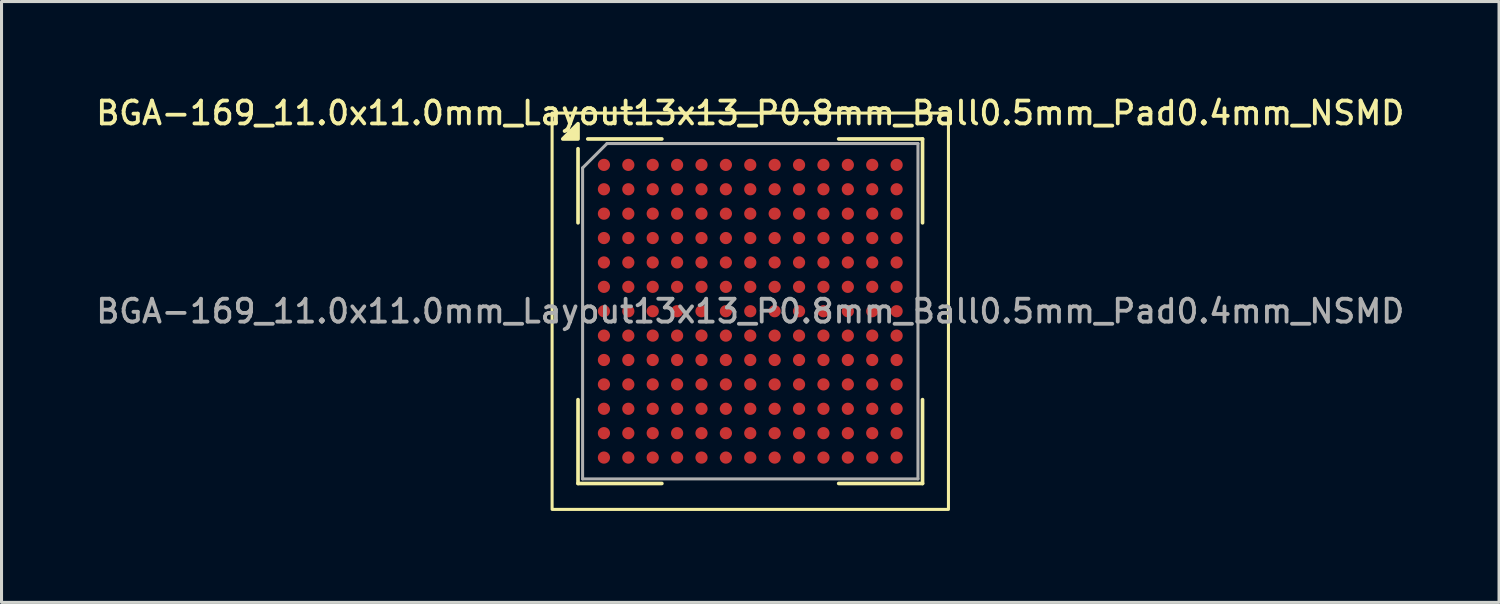
<source format=kicad_pcb>
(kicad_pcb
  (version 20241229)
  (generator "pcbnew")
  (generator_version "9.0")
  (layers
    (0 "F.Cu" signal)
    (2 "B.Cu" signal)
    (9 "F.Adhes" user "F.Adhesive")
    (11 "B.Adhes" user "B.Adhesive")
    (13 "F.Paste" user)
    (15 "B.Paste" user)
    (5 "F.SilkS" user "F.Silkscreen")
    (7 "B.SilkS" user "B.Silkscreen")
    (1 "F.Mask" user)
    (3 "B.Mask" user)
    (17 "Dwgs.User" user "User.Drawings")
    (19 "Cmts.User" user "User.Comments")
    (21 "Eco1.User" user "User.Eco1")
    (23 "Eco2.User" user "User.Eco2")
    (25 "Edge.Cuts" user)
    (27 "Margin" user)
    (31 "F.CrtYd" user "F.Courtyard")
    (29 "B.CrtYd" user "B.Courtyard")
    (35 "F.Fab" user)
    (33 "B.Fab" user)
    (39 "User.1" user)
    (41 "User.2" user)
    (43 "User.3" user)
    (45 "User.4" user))
  (footprint "BGA-169_11.0x11.0mm_Layout13x13_P0.8mm_Ball0.5mm_Pad0.4mm_NSMD"
    (layer "F.Cu")
    (at 21.559 7.158)
    (property "Reference" "BGA-169_11.0x11.0mm_Layout13x13_P0.8mm_Ball0.5mm_Pad0.4mm_NSMD" (at 0 -6.5 0) (layer "F.SilkS") (effects (font (size 0.75 0.75) (thickness 0.125))))
    (attr smd)
    (fp_line (start -5.65 -5.33) (end -5.65 -2.9) (stroke (width 0.12) (type solid)) (layer "F.SilkS"))
    (fp_line (start -5.65 5.65) (end -5.65 2.9) (stroke (width 0.12) (type solid)) (layer "F.SilkS"))
    (fp_line (start -2.9 -5.65) (end -5.33 -5.65) (stroke (width 0.12) (type solid)) (layer "F.SilkS"))
    (fp_line (start -2.9 5.65) (end -5.65 5.65) (stroke (width 0.12) (type solid)) (layer "F.SilkS"))
    (fp_line (start 2.9 -5.65) (end 5.65 -5.65) (stroke (width 0.12) (type solid)) (layer "F.SilkS"))
    (fp_line (start 2.9 5.65) (end 5.65 5.65) (stroke (width 0.12) (type solid)) (layer "F.SilkS"))
    (fp_line (start 5.65 -5.65) (end 5.65 -2.9) (stroke (width 0.12) (type solid)) (layer "F.SilkS"))
    (fp_line (start 5.65 5.65) (end 5.65 2.9) (stroke (width 0.12) (type solid)) (layer "F.SilkS"))
    (fp_rect (start 6.5 6.5) (end -6.5 -6.5) (stroke (width 0.1) (type solid)) (fill no) (layer "F.SilkS"))
    (fp_poly (pts (xy -5.65 -5.65) (xy -6.15 -5.65) (xy -5.65 -6.15) (xy -5.65 -5.65)) (stroke (width 0.12) (type solid)) (fill yes) (layer "F.SilkS"))
    (fp_line (start -5.5 -4.7) (end -5.5 5.5) (stroke (width 0.1) (type solid)) (layer "F.Fab"))
    (fp_line (start -5.5 5.5) (end 5.5 5.5) (stroke (width 0.1) (type solid)) (layer "F.Fab"))
    (fp_line (start -4.7 -5.5) (end -5.5 -4.7) (stroke (width 0.1) (type solid)) (layer "F.Fab"))
    (fp_line (start 5.5 -5.5) (end -4.7 -5.5) (stroke (width 0.1) (type solid)) (layer "F.Fab"))
    (fp_line (start 5.5 5.5) (end 5.5 -5.5) (stroke (width 0.1) (type solid)) (layer "F.Fab"))
    (fp_text user "${REFERENCE}" (at 0 0 0) (layer "F.Fab") (effects (font (size 0.75 0.75) (thickness 0.125))))
    (pad "A1" smd circle (at -4.8 -4.8) (size 0.4 0.4) (property pad_prop_bga) (layers "F.Cu" "F.Mask" "F.Paste"))
    (pad "A2" smd circle (at -4 -4.8) (size 0.4 0.4) (property pad_prop_bga) (layers "F.Cu" "F.Mask" "F.Paste"))
    (pad "A3" smd circle (at -3.2 -4.8) (size 0.4 0.4) (property pad_prop_bga) (layers "F.Cu" "F.Mask" "F.Paste"))
    (pad "A4" smd circle (at -2.4 -4.8) (size 0.4 0.4) (property pad_prop_bga) (layers "F.Cu" "F.Mask" "F.Paste"))
    (pad "A5" smd circle (at -1.6 -4.8) (size 0.4 0.4) (property pad_prop_bga) (layers "F.Cu" "F.Mask" "F.Paste"))
    (pad "A6" smd circle (at -0.8 -4.8) (size 0.4 0.4) (property pad_prop_bga) (layers "F.Cu" "F.Mask" "F.Paste"))
    (pad "A7" smd circle (at 0 -4.8) (size 0.4 0.4) (property pad_prop_bga) (layers "F.Cu" "F.Mask" "F.Paste"))
    (pad "A8" smd circle (at 0.8 -4.8) (size 0.4 0.4) (property pad_prop_bga) (layers "F.Cu" "F.Mask" "F.Paste"))
    (pad "A9" smd circle (at 1.6 -4.8) (size 0.4 0.4) (property pad_prop_bga) (layers "F.Cu" "F.Mask" "F.Paste"))
    (pad "A10" smd circle (at 2.4 -4.8) (size 0.4 0.4) (property pad_prop_bga) (layers "F.Cu" "F.Mask" "F.Paste"))
    (pad "A11" smd circle (at 3.2 -4.8) (size 0.4 0.4) (property pad_prop_bga) (layers "F.Cu" "F.Mask" "F.Paste"))
    (pad "A12" smd circle (at 4 -4.8) (size 0.4 0.4) (property pad_prop_bga) (layers "F.Cu" "F.Mask" "F.Paste"))
    (pad "A13" smd circle (at 4.8 -4.8) (size 0.4 0.4) (property pad_prop_bga) (layers "F.Cu" "F.Mask" "F.Paste"))
    (pad "B1" smd circle (at -4.8 -4) (size 0.4 0.4) (property pad_prop_bga) (layers "F.Cu" "F.Mask" "F.Paste"))
    (pad "B2" smd circle (at -4 -4) (size 0.4 0.4) (property pad_prop_bga) (layers "F.Cu" "F.Mask" "F.Paste"))
    (pad "B3" smd circle (at -3.2 -4) (size 0.4 0.4) (property pad_prop_bga) (layers "F.Cu" "F.Mask" "F.Paste"))
    (pad "B4" smd circle (at -2.4 -4) (size 0.4 0.4) (property pad_prop_bga) (layers "F.Cu" "F.Mask" "F.Paste"))
    (pad "B5" smd circle (at -1.6 -4) (size 0.4 0.4) (property pad_prop_bga) (layers "F.Cu" "F.Mask" "F.Paste"))
    (pad "B6" smd circle (at -0.8 -4) (size 0.4 0.4) (property pad_prop_bga) (layers "F.Cu" "F.Mask" "F.Paste"))
    (pad "B7" smd circle (at 0 -4) (size 0.4 0.4) (property pad_prop_bga) (layers "F.Cu" "F.Mask" "F.Paste"))
    (pad "B8" smd circle (at 0.8 -4) (size 0.4 0.4) (property pad_prop_bga) (layers "F.Cu" "F.Mask" "F.Paste"))
    (pad "B9" smd circle (at 1.6 -4) (size 0.4 0.4) (property pad_prop_bga) (layers "F.Cu" "F.Mask" "F.Paste"))
    (pad "B10" smd circle (at 2.4 -4) (size 0.4 0.4) (property pad_prop_bga) (layers "F.Cu" "F.Mask" "F.Paste"))
    (pad "B11" smd circle (at 3.2 -4) (size 0.4 0.4) (property pad_prop_bga) (layers "F.Cu" "F.Mask" "F.Paste"))
    (pad "B12" smd circle (at 4 -4) (size 0.4 0.4) (property pad_prop_bga) (layers "F.Cu" "F.Mask" "F.Paste"))
    (pad "B13" smd circle (at 4.8 -4) (size 0.4 0.4) (property pad_prop_bga) (layers "F.Cu" "F.Mask" "F.Paste"))
    (pad "C1" smd circle (at -4.8 -3.2) (size 0.4 0.4) (property pad_prop_bga) (layers "F.Cu" "F.Mask" "F.Paste"))
    (pad "C2" smd circle (at -4 -3.2) (size 0.4 0.4) (property pad_prop_bga) (layers "F.Cu" "F.Mask" "F.Paste"))
    (pad "C3" smd circle (at -3.2 -3.2) (size 0.4 0.4) (property pad_prop_bga) (layers "F.Cu" "F.Mask" "F.Paste"))
    (pad "C4" smd circle (at -2.4 -3.2) (size 0.4 0.4) (property pad_prop_bga) (layers "F.Cu" "F.Mask" "F.Paste"))
    (pad "C5" smd circle (at -1.6 -3.2) (size 0.4 0.4) (property pad_prop_bga) (layers "F.Cu" "F.Mask" "F.Paste"))
    (pad "C6" smd circle (at -0.8 -3.2) (size 0.4 0.4) (property pad_prop_bga) (layers "F.Cu" "F.Mask" "F.Paste"))
    (pad "C7" smd circle (at 0 -3.2) (size 0.4 0.4) (property pad_prop_bga) (layers "F.Cu" "F.Mask" "F.Paste"))
    (pad "C8" smd circle (at 0.8 -3.2) (size 0.4 0.4) (property pad_prop_bga) (layers "F.Cu" "F.Mask" "F.Paste"))
    (pad "C9" smd circle (at 1.6 -3.2) (size 0.4 0.4) (property pad_prop_bga) (layers "F.Cu" "F.Mask" "F.Paste"))
    (pad "C10" smd circle (at 2.4 -3.2) (size 0.4 0.4) (property pad_prop_bga) (layers "F.Cu" "F.Mask" "F.Paste"))
    (pad "C11" smd circle (at 3.2 -3.2) (size 0.4 0.4) (property pad_prop_bga) (layers "F.Cu" "F.Mask" "F.Paste"))
    (pad "C12" smd circle (at 4 -3.2) (size 0.4 0.4) (property pad_prop_bga) (layers "F.Cu" "F.Mask" "F.Paste"))
    (pad "C13" smd circle (at 4.8 -3.2) (size 0.4 0.4) (property pad_prop_bga) (layers "F.Cu" "F.Mask" "F.Paste"))
    (pad "D1" smd circle (at -4.8 -2.4) (size 0.4 0.4) (property pad_prop_bga) (layers "F.Cu" "F.Mask" "F.Paste"))
    (pad "D2" smd circle (at -4 -2.4) (size 0.4 0.4) (property pad_prop_bga) (layers "F.Cu" "F.Mask" "F.Paste"))
    (pad "D3" smd circle (at -3.2 -2.4) (size 0.4 0.4) (property pad_prop_bga) (layers "F.Cu" "F.Mask" "F.Paste"))
    (pad "D4" smd circle (at -2.4 -2.4) (size 0.4 0.4) (property pad_prop_bga) (layers "F.Cu" "F.Mask" "F.Paste"))
    (pad "D5" smd circle (at -1.6 -2.4) (size 0.4 0.4) (property pad_prop_bga) (layers "F.Cu" "F.Mask" "F.Paste"))
    (pad "D6" smd circle (at -0.8 -2.4) (size 0.4 0.4) (property pad_prop_bga) (layers "F.Cu" "F.Mask" "F.Paste"))
    (pad "D7" smd circle (at 0 -2.4) (size 0.4 0.4) (property pad_prop_bga) (layers "F.Cu" "F.Mask" "F.Paste"))
    (pad "D8" smd circle (at 0.8 -2.4) (size 0.4 0.4) (property pad_prop_bga) (layers "F.Cu" "F.Mask" "F.Paste"))
    (pad "D9" smd circle (at 1.6 -2.4) (size 0.4 0.4) (property pad_prop_bga) (layers "F.Cu" "F.Mask" "F.Paste"))
    (pad "D10" smd circle (at 2.4 -2.4) (size 0.4 0.4) (property pad_prop_bga) (layers "F.Cu" "F.Mask" "F.Paste"))
    (pad "D11" smd circle (at 3.2 -2.4) (size 0.4 0.4) (property pad_prop_bga) (layers "F.Cu" "F.Mask" "F.Paste"))
    (pad "D12" smd circle (at 4 -2.4) (size 0.4 0.4) (property pad_prop_bga) (layers "F.Cu" "F.Mask" "F.Paste"))
    (pad "D13" smd circle (at 4.8 -2.4) (size 0.4 0.4) (property pad_prop_bga) (layers "F.Cu" "F.Mask" "F.Paste"))
    (pad "E1" smd circle (at -4.8 -1.6) (size 0.4 0.4) (property pad_prop_bga) (layers "F.Cu" "F.Mask" "F.Paste"))
    (pad "E2" smd circle (at -4 -1.6) (size 0.4 0.4) (property pad_prop_bga) (layers "F.Cu" "F.Mask" "F.Paste"))
    (pad "E3" smd circle (at -3.2 -1.6) (size 0.4 0.4) (property pad_prop_bga) (layers "F.Cu" "F.Mask" "F.Paste"))
    (pad "E4" smd circle (at -2.4 -1.6) (size 0.4 0.4) (property pad_prop_bga) (layers "F.Cu" "F.Mask" "F.Paste"))
    (pad "E5" smd circle (at -1.6 -1.6) (size 0.4 0.4) (property pad_prop_bga) (layers "F.Cu" "F.Mask" "F.Paste"))
    (pad "E6" smd circle (at -0.8 -1.6) (size 0.4 0.4) (property pad_prop_bga) (layers "F.Cu" "F.Mask" "F.Paste"))
    (pad "E7" smd circle (at 0 -1.6) (size 0.4 0.4) (property pad_prop_bga) (layers "F.Cu" "F.Mask" "F.Paste"))
    (pad "E8" smd circle (at 0.8 -1.6) (size 0.4 0.4) (property pad_prop_bga) (layers "F.Cu" "F.Mask" "F.Paste"))
    (pad "E9" smd circle (at 1.6 -1.6) (size 0.4 0.4) (property pad_prop_bga) (layers "F.Cu" "F.Mask" "F.Paste"))
    (pad "E10" smd circle (at 2.4 -1.6) (size 0.4 0.4) (property pad_prop_bga) (layers "F.Cu" "F.Mask" "F.Paste"))
    (pad "E11" smd circle (at 3.2 -1.6) (size 0.4 0.4) (property pad_prop_bga) (layers "F.Cu" "F.Mask" "F.Paste"))
    (pad "E12" smd circle (at 4 -1.6) (size 0.4 0.4) (property pad_prop_bga) (layers "F.Cu" "F.Mask" "F.Paste"))
    (pad "E13" smd circle (at 4.8 -1.6) (size 0.4 0.4) (property pad_prop_bga) (layers "F.Cu" "F.Mask" "F.Paste"))
    (pad "F1" smd circle (at -4.8 -0.8) (size 0.4 0.4) (property pad_prop_bga) (layers "F.Cu" "F.Mask" "F.Paste"))
    (pad "F2" smd circle (at -4 -0.8) (size 0.4 0.4) (property pad_prop_bga) (layers "F.Cu" "F.Mask" "F.Paste"))
    (pad "F3" smd circle (at -3.2 -0.8) (size 0.4 0.4) (property pad_prop_bga) (layers "F.Cu" "F.Mask" "F.Paste"))
    (pad "F4" smd circle (at -2.4 -0.8) (size 0.4 0.4) (property pad_prop_bga) (layers "F.Cu" "F.Mask" "F.Paste"))
    (pad "F5" smd circle (at -1.6 -0.8) (size 0.4 0.4) (property pad_prop_bga) (layers "F.Cu" "F.Mask" "F.Paste"))
    (pad "F6" smd circle (at -0.8 -0.8) (size 0.4 0.4) (property pad_prop_bga) (layers "F.Cu" "F.Mask" "F.Paste"))
    (pad "F7" smd circle (at 0 -0.8) (size 0.4 0.4) (property pad_prop_bga) (layers "F.Cu" "F.Mask" "F.Paste"))
    (pad "F8" smd circle (at 0.8 -0.8) (size 0.4 0.4) (property pad_prop_bga) (layers "F.Cu" "F.Mask" "F.Paste"))
    (pad "F9" smd circle (at 1.6 -0.8) (size 0.4 0.4) (property pad_prop_bga) (layers "F.Cu" "F.Mask" "F.Paste"))
    (pad "F10" smd circle (at 2.4 -0.8) (size 0.4 0.4) (property pad_prop_bga) (layers "F.Cu" "F.Mask" "F.Paste"))
    (pad "F11" smd circle (at 3.2 -0.8) (size 0.4 0.4) (property pad_prop_bga) (layers "F.Cu" "F.Mask" "F.Paste"))
    (pad "F12" smd circle (at 4 -0.8) (size 0.4 0.4) (property pad_prop_bga) (layers "F.Cu" "F.Mask" "F.Paste"))
    (pad "F13" smd circle (at 4.8 -0.8) (size 0.4 0.4) (property pad_prop_bga) (layers "F.Cu" "F.Mask" "F.Paste"))
    (pad "G1" smd circle (at -4.8 0) (size 0.4 0.4) (property pad_prop_bga) (layers "F.Cu" "F.Mask" "F.Paste"))
    (pad "G2" smd circle (at -4 0) (size 0.4 0.4) (property pad_prop_bga) (layers "F.Cu" "F.Mask" "F.Paste"))
    (pad "G3" smd circle (at -3.2 0) (size 0.4 0.4) (property pad_prop_bga) (layers "F.Cu" "F.Mask" "F.Paste"))
    (pad "G4" smd circle (at -2.4 0) (size 0.4 0.4) (property pad_prop_bga) (layers "F.Cu" "F.Mask" "F.Paste"))
    (pad "G5" smd circle (at -1.6 0) (size 0.4 0.4) (property pad_prop_bga) (layers "F.Cu" "F.Mask" "F.Paste"))
    (pad "G6" smd circle (at -0.8 0) (size 0.4 0.4) (property pad_prop_bga) (layers "F.Cu" "F.Mask" "F.Paste"))
    (pad "G7" smd circle (at 0 0) (size 0.4 0.4) (property pad_prop_bga) (layers "F.Cu" "F.Mask" "F.Paste"))
    (pad "G8" smd circle (at 0.8 0) (size 0.4 0.4) (property pad_prop_bga) (layers "F.Cu" "F.Mask" "F.Paste"))
    (pad "G9" smd circle (at 1.6 0) (size 0.4 0.4) (property pad_prop_bga) (layers "F.Cu" "F.Mask" "F.Paste"))
    (pad "G10" smd circle (at 2.4 0) (size 0.4 0.4) (property pad_prop_bga) (layers "F.Cu" "F.Mask" "F.Paste"))
    (pad "G11" smd circle (at 3.2 0) (size 0.4 0.4) (property pad_prop_bga) (layers "F.Cu" "F.Mask" "F.Paste"))
    (pad "G12" smd circle (at 4 0) (size 0.4 0.4) (property pad_prop_bga) (layers "F.Cu" "F.Mask" "F.Paste"))
    (pad "G13" smd circle (at 4.8 0) (size 0.4 0.4) (property pad_prop_bga) (layers "F.Cu" "F.Mask" "F.Paste"))
    (pad "H1" smd circle (at -4.8 0.8) (size 0.4 0.4) (property pad_prop_bga) (layers "F.Cu" "F.Mask" "F.Paste"))
    (pad "H2" smd circle (at -4 0.8) (size 0.4 0.4) (property pad_prop_bga) (layers "F.Cu" "F.Mask" "F.Paste"))
    (pad "H3" smd circle (at -3.2 0.8) (size 0.4 0.4) (property pad_prop_bga) (layers "F.Cu" "F.Mask" "F.Paste"))
    (pad "H4" smd circle (at -2.4 0.8) (size 0.4 0.4) (property pad_prop_bga) (layers "F.Cu" "F.Mask" "F.Paste"))
    (pad "H5" smd circle (at -1.6 0.8) (size 0.4 0.4) (property pad_prop_bga) (layers "F.Cu" "F.Mask" "F.Paste"))
    (pad "H6" smd circle (at -0.8 0.8) (size 0.4 0.4) (property pad_prop_bga) (layers "F.Cu" "F.Mask" "F.Paste"))
    (pad "H7" smd circle (at 0 0.8) (size 0.4 0.4) (property pad_prop_bga) (layers "F.Cu" "F.Mask" "F.Paste"))
    (pad "H8" smd circle (at 0.8 0.8) (size 0.4 0.4) (property pad_prop_bga) (layers "F.Cu" "F.Mask" "F.Paste"))
    (pad "H9" smd circle (at 1.6 0.8) (size 0.4 0.4) (property pad_prop_bga) (layers "F.Cu" "F.Mask" "F.Paste"))
    (pad "H10" smd circle (at 2.4 0.8) (size 0.4 0.4) (property pad_prop_bga) (layers "F.Cu" "F.Mask" "F.Paste"))
    (pad "H11" smd circle (at 3.2 0.8) (size 0.4 0.4) (property pad_prop_bga) (layers "F.Cu" "F.Mask" "F.Paste"))
    (pad "H12" smd circle (at 4 0.8) (size 0.4 0.4) (property pad_prop_bga) (layers "F.Cu" "F.Mask" "F.Paste"))
    (pad "H13" smd circle (at 4.8 0.8) (size 0.4 0.4) (property pad_prop_bga) (layers "F.Cu" "F.Mask" "F.Paste"))
    (pad "J1" smd circle (at -4.8 1.6) (size 0.4 0.4) (property pad_prop_bga) (layers "F.Cu" "F.Mask" "F.Paste"))
    (pad "J2" smd circle (at -4 1.6) (size 0.4 0.4) (property pad_prop_bga) (layers "F.Cu" "F.Mask" "F.Paste"))
    (pad "J3" smd circle (at -3.2 1.6) (size 0.4 0.4) (property pad_prop_bga) (layers "F.Cu" "F.Mask" "F.Paste"))
    (pad "J4" smd circle (at -2.4 1.6) (size 0.4 0.4) (property pad_prop_bga) (layers "F.Cu" "F.Mask" "F.Paste"))
    (pad "J5" smd circle (at -1.6 1.6) (size 0.4 0.4) (property pad_prop_bga) (layers "F.Cu" "F.Mask" "F.Paste"))
    (pad "J6" smd circle (at -0.8 1.6) (size 0.4 0.4) (property pad_prop_bga) (layers "F.Cu" "F.Mask" "F.Paste"))
    (pad "J7" smd circle (at 0 1.6) (size 0.4 0.4) (property pad_prop_bga) (layers "F.Cu" "F.Mask" "F.Paste"))
    (pad "J8" smd circle (at 0.8 1.6) (size 0.4 0.4) (property pad_prop_bga) (layers "F.Cu" "F.Mask" "F.Paste"))
    (pad "J9" smd circle (at 1.6 1.6) (size 0.4 0.4) (property pad_prop_bga) (layers "F.Cu" "F.Mask" "F.Paste"))
    (pad "J10" smd circle (at 2.4 1.6) (size 0.4 0.4) (property pad_prop_bga) (layers "F.Cu" "F.Mask" "F.Paste"))
    (pad "J11" smd circle (at 3.2 1.6) (size 0.4 0.4) (property pad_prop_bga) (layers "F.Cu" "F.Mask" "F.Paste"))
    (pad "J12" smd circle (at 4 1.6) (size 0.4 0.4) (property pad_prop_bga) (layers "F.Cu" "F.Mask" "F.Paste"))
    (pad "J13" smd circle (at 4.8 1.6) (size 0.4 0.4) (property pad_prop_bga) (layers "F.Cu" "F.Mask" "F.Paste"))
    (pad "K1" smd circle (at -4.8 2.4) (size 0.4 0.4) (property pad_prop_bga) (layers "F.Cu" "F.Mask" "F.Paste"))
    (pad "K2" smd circle (at -4 2.4) (size 0.4 0.4) (property pad_prop_bga) (layers "F.Cu" "F.Mask" "F.Paste"))
    (pad "K3" smd circle (at -3.2 2.4) (size 0.4 0.4) (property pad_prop_bga) (layers "F.Cu" "F.Mask" "F.Paste"))
    (pad "K4" smd circle (at -2.4 2.4) (size 0.4 0.4) (property pad_prop_bga) (layers "F.Cu" "F.Mask" "F.Paste"))
    (pad "K5" smd circle (at -1.6 2.4) (size 0.4 0.4) (property pad_prop_bga) (layers "F.Cu" "F.Mask" "F.Paste"))
    (pad "K6" smd circle (at -0.8 2.4) (size 0.4 0.4) (property pad_prop_bga) (layers "F.Cu" "F.Mask" "F.Paste"))
    (pad "K7" smd circle (at 0 2.4) (size 0.4 0.4) (property pad_prop_bga) (layers "F.Cu" "F.Mask" "F.Paste"))
    (pad "K8" smd circle (at 0.8 2.4) (size 0.4 0.4) (property pad_prop_bga) (layers "F.Cu" "F.Mask" "F.Paste"))
    (pad "K9" smd circle (at 1.6 2.4) (size 0.4 0.4) (property pad_prop_bga) (layers "F.Cu" "F.Mask" "F.Paste"))
    (pad "K10" smd circle (at 2.4 2.4) (size 0.4 0.4) (property pad_prop_bga) (layers "F.Cu" "F.Mask" "F.Paste"))
    (pad "K11" smd circle (at 3.2 2.4) (size 0.4 0.4) (property pad_prop_bga) (layers "F.Cu" "F.Mask" "F.Paste"))
    (pad "K12" smd circle (at 4 2.4) (size 0.4 0.4) (property pad_prop_bga) (layers "F.Cu" "F.Mask" "F.Paste"))
    (pad "K13" smd circle (at 4.8 2.4) (size 0.4 0.4) (property pad_prop_bga) (layers "F.Cu" "F.Mask" "F.Paste"))
    (pad "L1" smd circle (at -4.8 3.2) (size 0.4 0.4) (property pad_prop_bga) (layers "F.Cu" "F.Mask" "F.Paste"))
    (pad "L2" smd circle (at -4 3.2) (size 0.4 0.4) (property pad_prop_bga) (layers "F.Cu" "F.Mask" "F.Paste"))
    (pad "L3" smd circle (at -3.2 3.2) (size 0.4 0.4) (property pad_prop_bga) (layers "F.Cu" "F.Mask" "F.Paste"))
    (pad "L4" smd circle (at -2.4 3.2) (size 0.4 0.4) (property pad_prop_bga) (layers "F.Cu" "F.Mask" "F.Paste"))
    (pad "L5" smd circle (at -1.6 3.2) (size 0.4 0.4) (property pad_prop_bga) (layers "F.Cu" "F.Mask" "F.Paste"))
    (pad "L6" smd circle (at -0.8 3.2) (size 0.4 0.4) (property pad_prop_bga) (layers "F.Cu" "F.Mask" "F.Paste"))
    (pad "L7" smd circle (at 0 3.2) (size 0.4 0.4) (property pad_prop_bga) (layers "F.Cu" "F.Mask" "F.Paste"))
    (pad "L8" smd circle (at 0.8 3.2) (size 0.4 0.4) (property pad_prop_bga) (layers "F.Cu" "F.Mask" "F.Paste"))
    (pad "L9" smd circle (at 1.6 3.2) (size 0.4 0.4) (property pad_prop_bga) (layers "F.Cu" "F.Mask" "F.Paste"))
    (pad "L10" smd circle (at 2.4 3.2) (size 0.4 0.4) (property pad_prop_bga) (layers "F.Cu" "F.Mask" "F.Paste"))
    (pad "L11" smd circle (at 3.2 3.2) (size 0.4 0.4) (property pad_prop_bga) (layers "F.Cu" "F.Mask" "F.Paste"))
    (pad "L12" smd circle (at 4 3.2) (size 0.4 0.4) (property pad_prop_bga) (layers "F.Cu" "F.Mask" "F.Paste"))
    (pad "L13" smd circle (at 4.8 3.2) (size 0.4 0.4) (property pad_prop_bga) (layers "F.Cu" "F.Mask" "F.Paste"))
    (pad "M1" smd circle (at -4.8 4) (size 0.4 0.4) (property pad_prop_bga) (layers "F.Cu" "F.Mask" "F.Paste"))
    (pad "M2" smd circle (at -4 4) (size 0.4 0.4) (property pad_prop_bga) (layers "F.Cu" "F.Mask" "F.Paste"))
    (pad "M3" smd circle (at -3.2 4) (size 0.4 0.4) (property pad_prop_bga) (layers "F.Cu" "F.Mask" "F.Paste"))
    (pad "M4" smd circle (at -2.4 4) (size 0.4 0.4) (property pad_prop_bga) (layers "F.Cu" "F.Mask" "F.Paste"))
    (pad "M5" smd circle (at -1.6 4) (size 0.4 0.4) (property pad_prop_bga) (layers "F.Cu" "F.Mask" "F.Paste"))
    (pad "M6" smd circle (at -0.8 4) (size 0.4 0.4) (property pad_prop_bga) (layers "F.Cu" "F.Mask" "F.Paste"))
    (pad "M7" smd circle (at 0 4) (size 0.4 0.4) (property pad_prop_bga) (layers "F.Cu" "F.Mask" "F.Paste"))
    (pad "M8" smd circle (at 0.8 4) (size 0.4 0.4) (property pad_prop_bga) (layers "F.Cu" "F.Mask" "F.Paste"))
    (pad "M9" smd circle (at 1.6 4) (size 0.4 0.4) (property pad_prop_bga) (layers "F.Cu" "F.Mask" "F.Paste"))
    (pad "M10" smd circle (at 2.4 4) (size 0.4 0.4) (property pad_prop_bga) (layers "F.Cu" "F.Mask" "F.Paste"))
    (pad "M11" smd circle (at 3.2 4) (size 0.4 0.4) (property pad_prop_bga) (layers "F.Cu" "F.Mask" "F.Paste"))
    (pad "M12" smd circle (at 4 4) (size 0.4 0.4) (property pad_prop_bga) (layers "F.Cu" "F.Mask" "F.Paste"))
    (pad "M13" smd circle (at 4.8 4) (size 0.4 0.4) (property pad_prop_bga) (layers "F.Cu" "F.Mask" "F.Paste"))
    (pad "N1" smd circle (at -4.8 4.8) (size 0.4 0.4) (property pad_prop_bga) (layers "F.Cu" "F.Mask" "F.Paste"))
    (pad "N2" smd circle (at -4 4.8) (size 0.4 0.4) (property pad_prop_bga) (layers "F.Cu" "F.Mask" "F.Paste"))
    (pad "N3" smd circle (at -3.2 4.8) (size 0.4 0.4) (property pad_prop_bga) (layers "F.Cu" "F.Mask" "F.Paste"))
    (pad "N4" smd circle (at -2.4 4.8) (size 0.4 0.4) (property pad_prop_bga) (layers "F.Cu" "F.Mask" "F.Paste"))
    (pad "N5" smd circle (at -1.6 4.8) (size 0.4 0.4) (property pad_prop_bga) (layers "F.Cu" "F.Mask" "F.Paste"))
    (pad "N6" smd circle (at -0.8 4.8) (size 0.4 0.4) (property pad_prop_bga) (layers "F.Cu" "F.Mask" "F.Paste"))
    (pad "N7" smd circle (at 0 4.8) (size 0.4 0.4) (property pad_prop_bga) (layers "F.Cu" "F.Mask" "F.Paste"))
    (pad "N8" smd circle (at 0.8 4.8) (size 0.4 0.4) (property pad_prop_bga) (layers "F.Cu" "F.Mask" "F.Paste"))
    (pad "N9" smd circle (at 1.6 4.8) (size 0.4 0.4) (property pad_prop_bga) (layers "F.Cu" "F.Mask" "F.Paste"))
    (pad "N10" smd circle (at 2.4 4.8) (size 0.4 0.4) (property pad_prop_bga) (layers "F.Cu" "F.Mask" "F.Paste"))
    (pad "N11" smd circle (at 3.2 4.8) (size 0.4 0.4) (property pad_prop_bga) (layers "F.Cu" "F.Mask" "F.Paste"))
    (pad "N12" smd circle (at 4 4.8) (size 0.4 0.4) (property pad_prop_bga) (layers "F.Cu" "F.Mask" "F.Paste"))
    (pad "N13" smd circle (at 4.8 4.8) (size 0.4 0.4) (property pad_prop_bga) (layers "F.Cu" "F.Mask" "F.Paste")))
  (gr_rect
    (start -3 -3)
    (end 46.118 16.708)
    (stroke (width 0.1) (type default))
    (fill no)
    (layer "Edge.Cuts")))
</source>
